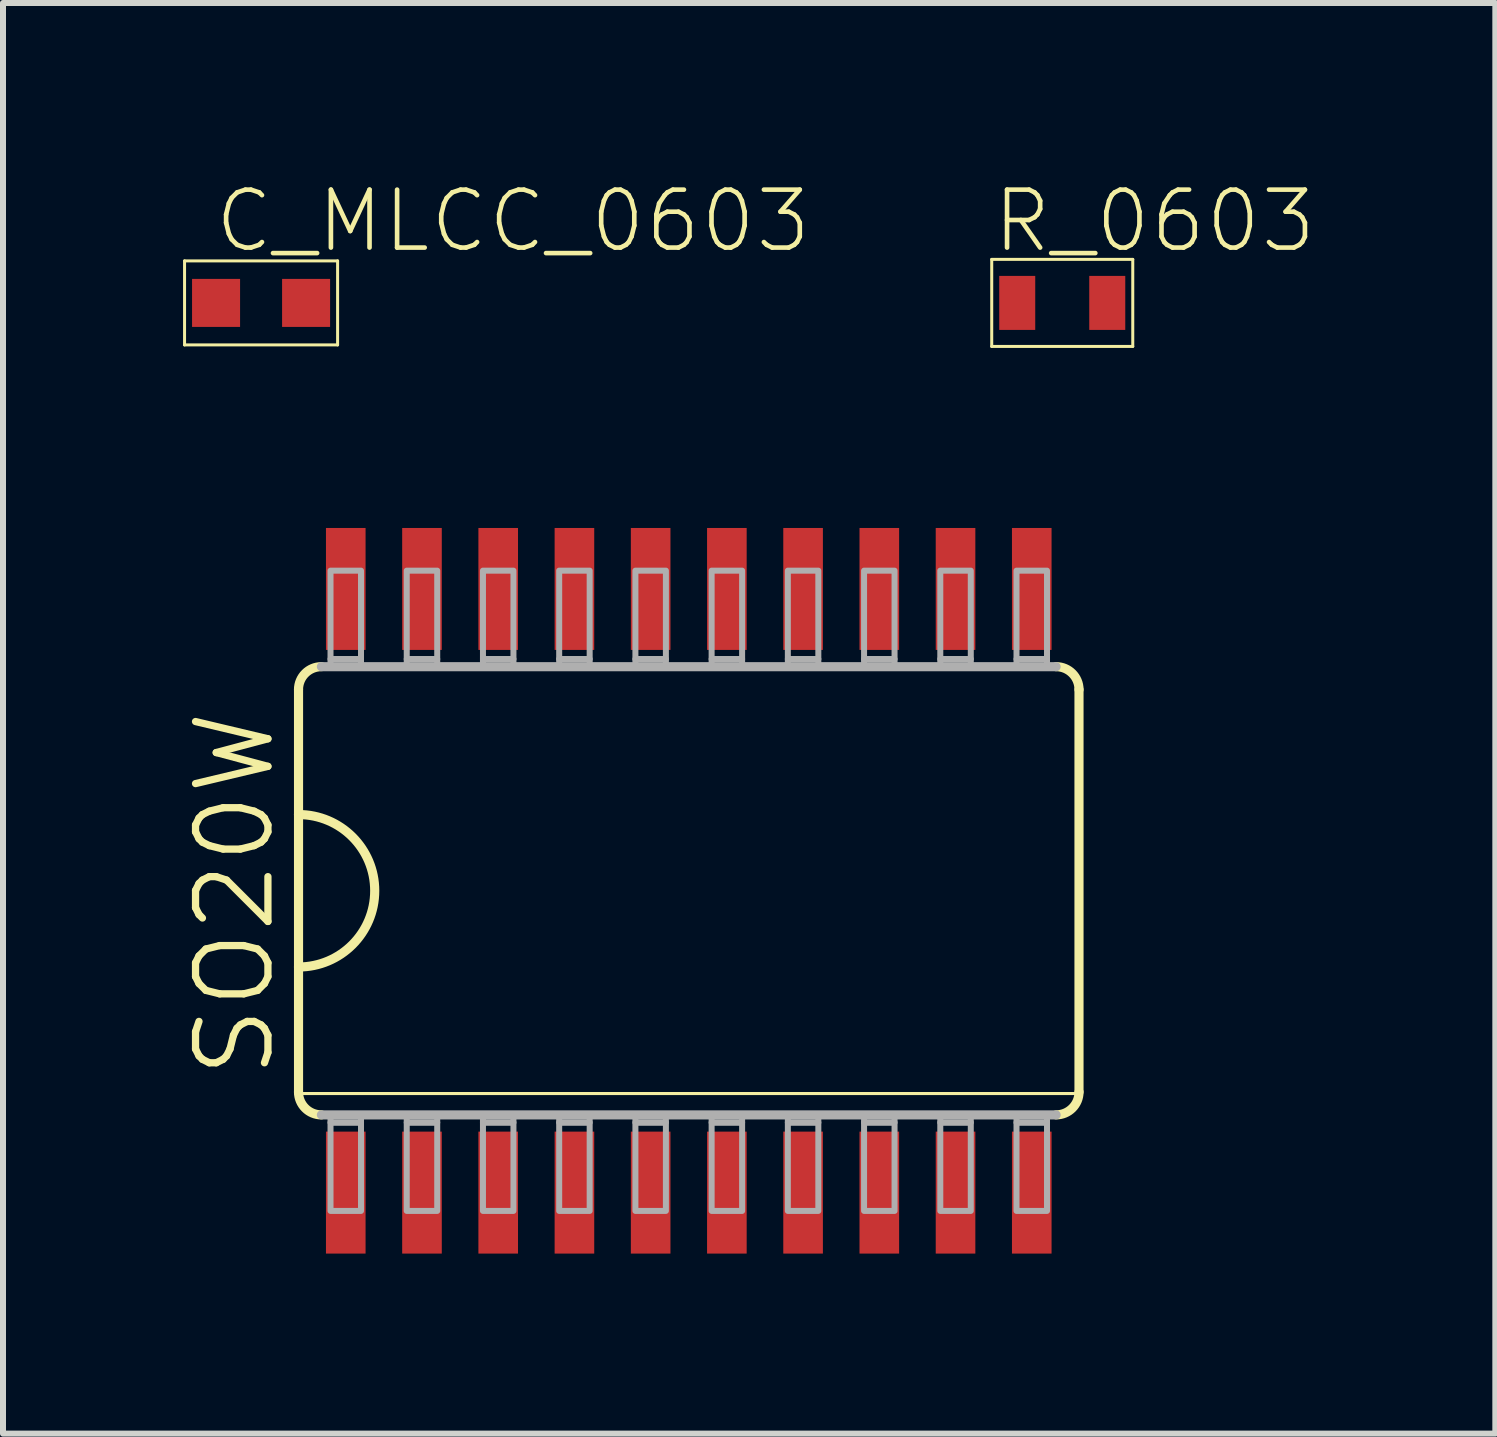
<source format=kicad_pcb>
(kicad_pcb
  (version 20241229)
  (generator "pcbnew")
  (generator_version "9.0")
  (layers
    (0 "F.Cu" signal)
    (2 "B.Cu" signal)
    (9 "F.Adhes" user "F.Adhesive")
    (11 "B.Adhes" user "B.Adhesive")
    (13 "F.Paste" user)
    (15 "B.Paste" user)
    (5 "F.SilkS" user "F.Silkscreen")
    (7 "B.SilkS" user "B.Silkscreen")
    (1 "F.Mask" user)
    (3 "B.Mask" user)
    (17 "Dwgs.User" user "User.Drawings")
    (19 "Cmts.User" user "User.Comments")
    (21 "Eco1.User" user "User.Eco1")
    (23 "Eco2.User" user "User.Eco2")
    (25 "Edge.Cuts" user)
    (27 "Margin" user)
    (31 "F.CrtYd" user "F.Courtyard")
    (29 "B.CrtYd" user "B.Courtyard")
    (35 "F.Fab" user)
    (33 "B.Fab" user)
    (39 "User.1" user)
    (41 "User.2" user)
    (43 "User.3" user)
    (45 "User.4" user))
  (footprint "SO20W"
    (layer "F.Cu")
    (at 8.426 11.792)
    (property "Reference" "SO20W" (at -6.858 3.175 270) (layer "F.SilkS") (effects (font (size 1.206 1.206) (thickness 0.121)) (justify left bottom)))
    (attr through_hole)
    (fp_line (start -6.502 -3.353) (end -6.502 -1.27) (stroke (width 0.152) (type solid)) (layer "F.SilkS"))
    (fp_line (start -6.502 -1.27) (end -6.502 1.27) (stroke (width 0.152) (type solid)) (layer "F.SilkS"))
    (fp_line (start -6.502 1.27) (end -6.502 3.353) (stroke (width 0.152) (type solid)) (layer "F.SilkS"))
    (fp_line (start -6.477 3.378) (end 6.477 3.378) (stroke (width 0.051) (type solid)) (layer "F.SilkS"))
    (fp_line (start 6.502 3.353) (end 6.502 -3.353) (stroke (width 0.152) (type solid)) (layer "F.SilkS"))
    (fp_arc (start -6.5024 -3.3528) (mid -6.390808 -3.622208) (end -6.1214 -3.7338) (stroke (width 0.1524) (type solid)) (layer "F.SilkS"))
    (fp_arc (start -6.5024 -1.27) (mid -5.2324 0) (end -6.5024 1.27) (stroke (width 0.1524) (type solid)) (layer "F.SilkS"))
    (fp_arc (start -6.1214 3.7338) (mid -6.390808 3.622208) (end -6.5024 3.3528) (stroke (width 0.1524) (type solid)) (layer "F.SilkS"))
    (fp_arc (start 6.1214 -3.7338) (mid 6.390808 -3.622208) (end 6.5024 -3.3528) (stroke (width 0.1524) (type solid)) (layer "F.SilkS"))
    (fp_arc (start 6.5024 3.3528) (mid 6.390808 3.622208) (end 6.1214 3.7338) (stroke (width 0.1524) (type solid)) (layer "F.SilkS"))
    (fp_line (start -6.121 3.734) (end 6.121 3.734) (stroke (width 0.152) (type solid)) (layer "F.Fab"))
    (fp_line (start 6.121 -3.734) (end -6.121 -3.734) (stroke (width 0.152) (type solid)) (layer "F.Fab"))
    (fp_poly (pts (xy -5.969 -3.861) (xy -5.461 -3.861) (xy -5.461 -5.334) (xy -5.969 -5.334)) (stroke (width 0.1) (type solid)) (fill no) (layer "F.Fab"))
    (fp_poly (pts (xy -5.969 -3.734) (xy -5.461 -3.734) (xy -5.461 -3.861) (xy -5.969 -3.861)) (stroke (width 0.1) (type solid)) (fill no) (layer "F.Fab"))
    (fp_poly (pts (xy -5.969 3.861) (xy -5.461 3.861) (xy -5.461 3.734) (xy -5.969 3.734)) (stroke (width 0.1) (type solid)) (fill no) (layer "F.Fab"))
    (fp_poly (pts (xy -5.969 5.334) (xy -5.461 5.334) (xy -5.461 3.861) (xy -5.969 3.861)) (stroke (width 0.1) (type solid)) (fill no) (layer "F.Fab"))
    (fp_poly (pts (xy -4.699 -3.861) (xy -4.191 -3.861) (xy -4.191 -5.334) (xy -4.699 -5.334)) (stroke (width 0.1) (type solid)) (fill no) (layer "F.Fab"))
    (fp_poly (pts (xy -4.699 -3.734) (xy -4.191 -3.734) (xy -4.191 -3.861) (xy -4.699 -3.861)) (stroke (width 0.1) (type solid)) (fill no) (layer "F.Fab"))
    (fp_poly (pts (xy -4.699 3.861) (xy -4.191 3.861) (xy -4.191 3.734) (xy -4.699 3.734)) (stroke (width 0.1) (type solid)) (fill no) (layer "F.Fab"))
    (fp_poly (pts (xy -4.699 5.334) (xy -4.191 5.334) (xy -4.191 3.861) (xy -4.699 3.861)) (stroke (width 0.1) (type solid)) (fill no) (layer "F.Fab"))
    (fp_poly (pts (xy -3.429 -3.861) (xy -2.921 -3.861) (xy -2.921 -5.334) (xy -3.429 -5.334)) (stroke (width 0.1) (type solid)) (fill no) (layer "F.Fab"))
    (fp_poly (pts (xy -3.429 -3.734) (xy -2.921 -3.734) (xy -2.921 -3.861) (xy -3.429 -3.861)) (stroke (width 0.1) (type solid)) (fill no) (layer "F.Fab"))
    (fp_poly (pts (xy -3.429 3.861) (xy -2.921 3.861) (xy -2.921 3.734) (xy -3.429 3.734)) (stroke (width 0.1) (type solid)) (fill no) (layer "F.Fab"))
    (fp_poly (pts (xy -3.429 5.334) (xy -2.921 5.334) (xy -2.921 3.861) (xy -3.429 3.861)) (stroke (width 0.1) (type solid)) (fill no) (layer "F.Fab"))
    (fp_poly (pts (xy -2.159 -3.861) (xy -1.651 -3.861) (xy -1.651 -5.334) (xy -2.159 -5.334)) (stroke (width 0.1) (type solid)) (fill no) (layer "F.Fab"))
    (fp_poly (pts (xy -2.159 -3.734) (xy -1.651 -3.734) (xy -1.651 -3.861) (xy -2.159 -3.861)) (stroke (width 0.1) (type solid)) (fill no) (layer "F.Fab"))
    (fp_poly (pts (xy -2.159 3.861) (xy -1.651 3.861) (xy -1.651 3.734) (xy -2.159 3.734)) (stroke (width 0.1) (type solid)) (fill no) (layer "F.Fab"))
    (fp_poly (pts (xy -2.159 5.334) (xy -1.651 5.334) (xy -1.651 3.861) (xy -2.159 3.861)) (stroke (width 0.1) (type solid)) (fill no) (layer "F.Fab"))
    (fp_poly (pts (xy -0.889 -3.861) (xy -0.381 -3.861) (xy -0.381 -5.334) (xy -0.889 -5.334)) (stroke (width 0.1) (type solid)) (fill no) (layer "F.Fab"))
    (fp_poly (pts (xy -0.889 -3.734) (xy -0.381 -3.734) (xy -0.381 -3.861) (xy -0.889 -3.861)) (stroke (width 0.1) (type solid)) (fill no) (layer "F.Fab"))
    (fp_poly (pts (xy -0.889 3.861) (xy -0.381 3.861) (xy -0.381 3.734) (xy -0.889 3.734)) (stroke (width 0.1) (type solid)) (fill no) (layer "F.Fab"))
    (fp_poly (pts (xy -0.889 5.334) (xy -0.381 5.334) (xy -0.381 3.861) (xy -0.889 3.861)) (stroke (width 0.1) (type solid)) (fill no) (layer "F.Fab"))
    (fp_poly (pts (xy 0.381 -3.861) (xy 0.889 -3.861) (xy 0.889 -5.334) (xy 0.381 -5.334)) (stroke (width 0.1) (type solid)) (fill no) (layer "F.Fab"))
    (fp_poly (pts (xy 0.381 -3.734) (xy 0.889 -3.734) (xy 0.889 -3.861) (xy 0.381 -3.861)) (stroke (width 0.1) (type solid)) (fill no) (layer "F.Fab"))
    (fp_poly (pts (xy 0.381 3.861) (xy 0.889 3.861) (xy 0.889 3.734) (xy 0.381 3.734)) (stroke (width 0.1) (type solid)) (fill no) (layer "F.Fab"))
    (fp_poly (pts (xy 0.381 5.334) (xy 0.889 5.334) (xy 0.889 3.861) (xy 0.381 3.861)) (stroke (width 0.1) (type solid)) (fill no) (layer "F.Fab"))
    (fp_poly (pts (xy 1.651 -3.861) (xy 2.159 -3.861) (xy 2.159 -5.334) (xy 1.651 -5.334)) (stroke (width 0.1) (type solid)) (fill no) (layer "F.Fab"))
    (fp_poly (pts (xy 1.651 -3.734) (xy 2.159 -3.734) (xy 2.159 -3.861) (xy 1.651 -3.861)) (stroke (width 0.1) (type solid)) (fill no) (layer "F.Fab"))
    (fp_poly (pts (xy 1.651 3.861) (xy 2.159 3.861) (xy 2.159 3.734) (xy 1.651 3.734)) (stroke (width 0.1) (type solid)) (fill no) (layer "F.Fab"))
    (fp_poly (pts (xy 1.651 5.334) (xy 2.159 5.334) (xy 2.159 3.861) (xy 1.651 3.861)) (stroke (width 0.1) (type solid)) (fill no) (layer "F.Fab"))
    (fp_poly (pts (xy 2.921 -3.861) (xy 3.429 -3.861) (xy 3.429 -5.334) (xy 2.921 -5.334)) (stroke (width 0.1) (type solid)) (fill no) (layer "F.Fab"))
    (fp_poly (pts (xy 2.921 -3.734) (xy 3.429 -3.734) (xy 3.429 -3.861) (xy 2.921 -3.861)) (stroke (width 0.1) (type solid)) (fill no) (layer "F.Fab"))
    (fp_poly (pts (xy 2.921 3.861) (xy 3.429 3.861) (xy 3.429 3.734) (xy 2.921 3.734)) (stroke (width 0.1) (type solid)) (fill no) (layer "F.Fab"))
    (fp_poly (pts (xy 2.921 5.334) (xy 3.429 5.334) (xy 3.429 3.861) (xy 2.921 3.861)) (stroke (width 0.1) (type solid)) (fill no) (layer "F.Fab"))
    (fp_poly (pts (xy 4.191 -3.861) (xy 4.699 -3.861) (xy 4.699 -5.334) (xy 4.191 -5.334)) (stroke (width 0.1) (type solid)) (fill no) (layer "F.Fab"))
    (fp_poly (pts (xy 4.191 -3.734) (xy 4.699 -3.734) (xy 4.699 -3.861) (xy 4.191 -3.861)) (stroke (width 0.1) (type solid)) (fill no) (layer "F.Fab"))
    (fp_poly (pts (xy 4.191 3.861) (xy 4.699 3.861) (xy 4.699 3.734) (xy 4.191 3.734)) (stroke (width 0.1) (type solid)) (fill no) (layer "F.Fab"))
    (fp_poly (pts (xy 4.191 5.334) (xy 4.699 5.334) (xy 4.699 3.861) (xy 4.191 3.861)) (stroke (width 0.1) (type solid)) (fill no) (layer "F.Fab"))
    (fp_poly (pts (xy 5.461 -3.861) (xy 5.969 -3.861) (xy 5.969 -5.334) (xy 5.461 -5.334)) (stroke (width 0.1) (type solid)) (fill no) (layer "F.Fab"))
    (fp_poly (pts (xy 5.461 -3.734) (xy 5.969 -3.734) (xy 5.969 -3.861) (xy 5.461 -3.861)) (stroke (width 0.1) (type solid)) (fill no) (layer "F.Fab"))
    (fp_poly (pts (xy 5.461 3.861) (xy 5.969 3.861) (xy 5.969 3.734) (xy 5.461 3.734)) (stroke (width 0.1) (type solid)) (fill no) (layer "F.Fab"))
    (fp_poly (pts (xy 5.461 5.334) (xy 5.969 5.334) (xy 5.969 3.861) (xy 5.461 3.861)) (stroke (width 0.1) (type solid)) (fill no) (layer "F.Fab"))
    (pad "1" smd rect (at -5.715 5.029) (size 0.66 2.032) (layers "F.Cu" "F.Mask" "F.Paste"))
    (pad "2" smd rect (at -4.445 5.029) (size 0.66 2.032) (layers "F.Cu" "F.Mask" "F.Paste"))
    (pad "3" smd rect (at -3.175 5.029) (size 0.66 2.032) (layers "F.Cu" "F.Mask" "F.Paste"))
    (pad "4" smd rect (at -1.905 5.029) (size 0.66 2.032) (layers "F.Cu" "F.Mask" "F.Paste"))
    (pad "5" smd rect (at -0.635 5.029) (size 0.66 2.032) (layers "F.Cu" "F.Mask" "F.Paste"))
    (pad "6" smd rect (at 0.635 5.029) (size 0.66 2.032) (layers "F.Cu" "F.Mask" "F.Paste"))
    (pad "7" smd rect (at 1.905 5.029) (size 0.66 2.032) (layers "F.Cu" "F.Mask" "F.Paste"))
    (pad "8" smd rect (at 3.175 5.029) (size 0.66 2.032) (layers "F.Cu" "F.Mask" "F.Paste"))
    (pad "9" smd rect (at 4.445 5.029) (size 0.66 2.032) (layers "F.Cu" "F.Mask" "F.Paste"))
    (pad "10" smd rect (at 5.715 5.029) (size 0.66 2.032) (layers "F.Cu" "F.Mask" "F.Paste"))
    (pad "11" smd rect (at 5.715 -5.029) (size 0.66 2.032) (layers "F.Cu" "F.Mask" "F.Paste"))
    (pad "12" smd rect (at 4.445 -5.029) (size 0.66 2.032) (layers "F.Cu" "F.Mask" "F.Paste"))
    (pad "13" smd rect (at 3.175 -5.029) (size 0.66 2.032) (layers "F.Cu" "F.Mask" "F.Paste"))
    (pad "14" smd rect (at 1.905 -5.029) (size 0.66 2.032) (layers "F.Cu" "F.Mask" "F.Paste"))
    (pad "15" smd rect (at 0.635 -5.029) (size 0.66 2.032) (layers "F.Cu" "F.Mask" "F.Paste"))
    (pad "16" smd rect (at -0.635 -5.029) (size 0.66 2.032) (layers "F.Cu" "F.Mask" "F.Paste"))
    (pad "17" smd rect (at -1.905 -5.029) (size 0.66 2.032) (layers "F.Cu" "F.Mask" "F.Paste"))
    (pad "18" smd rect (at -3.175 -5.029) (size 0.66 2.032) (layers "F.Cu" "F.Mask" "F.Paste"))
    (pad "19" smd rect (at -4.445 -5.029) (size 0.66 2.032) (layers "F.Cu" "F.Mask" "F.Paste"))
    (pad "20" smd rect (at -5.715 -5.029) (size 0.66 2.032) (layers "F.Cu" "F.Mask" "F.Paste")))
  (footprint "C_MLCC_0603"
    (layer "F.Cu")
    (at 1.3 1.997)
    (property "Reference" "C_MLCC_0603" (at -0.817 -0.8 0) (layer "F.SilkS") (effects (font (size 0.965 0.965) (thickness 0.077)) (justify left bottom)))
    (attr through_hole)
    (fp_line (start -1.275 -0.7) (end -1.275 0.7) (stroke (width 0.05) (type solid)) (layer "F.SilkS"))
    (fp_line (start -1.275 0.7) (end 1.275 0.7) (stroke (width 0.05) (type solid)) (layer "F.SilkS"))
    (fp_line (start 1.275 -0.7) (end -1.275 -0.7) (stroke (width 0.05) (type solid)) (layer "F.SilkS"))
    (fp_line (start 1.275 0.7) (end 1.275 -0.7) (stroke (width 0.05) (type solid)) (layer "F.SilkS"))
    (pad "P$1" smd rect (at -0.75 0) (size 0.8 0.8) (layers "F.Cu" "F.Mask" "F.Paste"))
    (pad "P$2" smd rect (at 0.75 0) (size 0.8 0.8) (layers "F.Cu" "F.Mask" "F.Paste")))
  (footprint "R_0603"
    (layer "F.Cu")
    (at 14.649 1.997)
    (property "Reference" "R_0603" (at -1.2 -0.8 180) (layer "F.SilkS") (effects (font (size 0.965 0.965) (thickness 0.077)) (justify left bottom)))
    (attr through_hole)
    (fp_line (start -1.175 -0.725) (end -1.175 0.725) (stroke (width 0.05) (type solid)) (layer "F.SilkS"))
    (fp_line (start -1.175 0.725) (end 1.175 0.725) (stroke (width 0.05) (type solid)) (layer "F.SilkS"))
    (fp_line (start 1.175 -0.725) (end -1.175 -0.725) (stroke (width 0.05) (type solid)) (layer "F.SilkS"))
    (fp_line (start 1.175 0.725) (end 1.175 -0.725) (stroke (width 0.05) (type solid)) (layer "F.SilkS"))
    (pad "P$1" smd rect (at -0.75 0) (size 0.6 0.9) (layers "F.Cu" "F.Mask" "F.Paste"))
    (pad "P$2" smd rect (at 0.75 0) (size 0.6 0.9) (layers "F.Cu" "F.Mask" "F.Paste")))
  (gr_rect
    (start -3 -3)
    (end 21.865 20.837)
    (stroke (width 0.1) (type default))
    (fill no)
    (layer "Edge.Cuts")))
</source>
